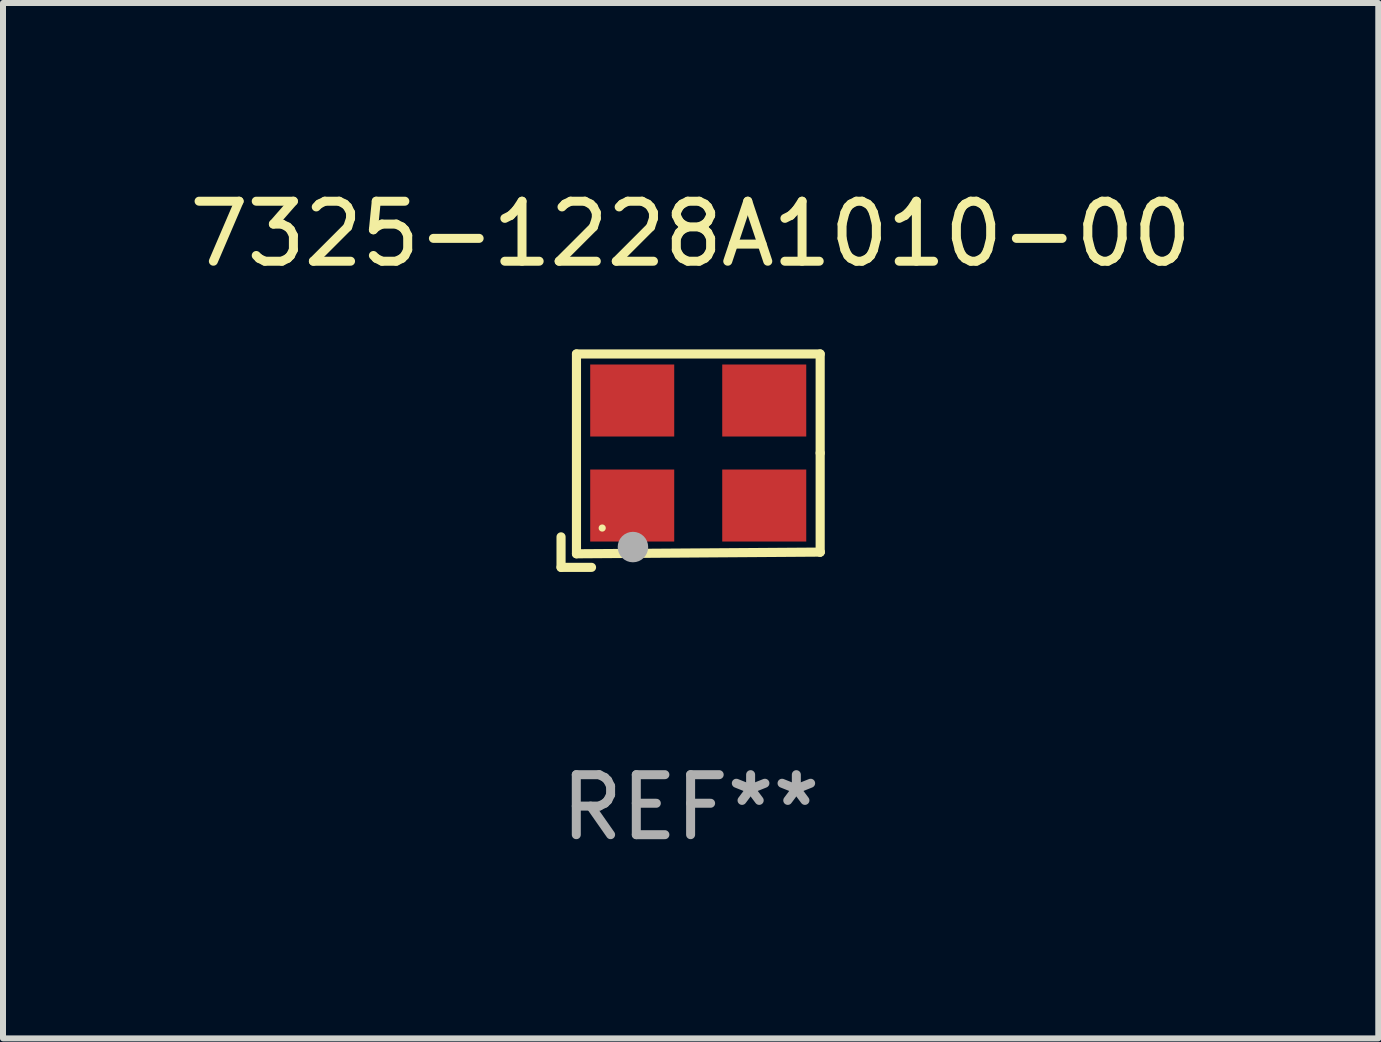
<source format=kicad_pcb>
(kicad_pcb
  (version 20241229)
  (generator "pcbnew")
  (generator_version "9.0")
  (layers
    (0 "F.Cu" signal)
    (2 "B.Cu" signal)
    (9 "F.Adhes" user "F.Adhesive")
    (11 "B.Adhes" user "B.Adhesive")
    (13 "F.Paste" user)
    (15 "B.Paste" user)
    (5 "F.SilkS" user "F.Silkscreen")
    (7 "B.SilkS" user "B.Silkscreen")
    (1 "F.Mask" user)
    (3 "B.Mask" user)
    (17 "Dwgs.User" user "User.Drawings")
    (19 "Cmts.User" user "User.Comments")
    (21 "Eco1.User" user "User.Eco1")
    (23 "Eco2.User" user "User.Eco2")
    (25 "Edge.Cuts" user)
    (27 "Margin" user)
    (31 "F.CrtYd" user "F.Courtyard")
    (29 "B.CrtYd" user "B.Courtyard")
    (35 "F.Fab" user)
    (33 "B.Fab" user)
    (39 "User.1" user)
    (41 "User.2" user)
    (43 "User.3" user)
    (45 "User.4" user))
  (footprint "7325-1228A1010-00"
    (layer "F.Cu")
    (at 8.458 4.626)
    (property "Reference" "7325-1228A1010-00" (at 0 -3.778 0) (layer "F.SilkS") (effects (font (size 1 1) (thickness 0.15))))
    (attr through_hole)
    (fp_line (start -2.159 1.27) (end -2.159 1.778) (stroke (width 0.152) (type solid)) (layer "F.SilkS"))
    (fp_line (start -2.159 1.778) (end -1.651 1.778) (stroke (width 0.152) (type solid)) (layer "F.SilkS"))
    (fp_line (start -1.902 -1.778) (end 2.159 -1.778) (stroke (width 0.152) (type solid)) (layer "F.SilkS"))
    (fp_line (start -1.902 1.552) (end -1.902 -1.778) (stroke (width 0.152) (type solid)) (layer "F.SilkS"))
    (fp_line (start 2.159 -1.778) (end 2.159 -0.127) (stroke (width 0.152) (type solid)) (layer "F.SilkS"))
    (fp_line (start 2.159 -0.127) (end 2.159 1.524) (stroke (width 0.152) (type solid)) (layer "F.SilkS"))
    (fp_line (start 2.159 1.524) (end -1.902 1.552) (stroke (width 0.152) (type solid)) (layer "F.SilkS"))
    (fp_line (start 2.159 1.524) (end 2.159 1.524) (stroke (width 0.152) (type solid)) (layer "F.SilkS"))
    (fp_circle (center -1.473 1.123) (end -1.443 1.123) (stroke (width 0.06) (type solid)) (fill no) (layer "F.SilkS"))
    (fp_circle (center -0.961 1.44) (end -0.834 1.44) (stroke (width 0.254) (type solid)) (fill no) (layer "F.Fab"))
    (fp_text user "REF**" (at 0 5.778 0) (layer "F.Fab") (effects (font (size 1 1) (thickness 0.15))))
    (pad "1" smd rect (at -0.973 0.748) (size 1.4 1.2) (layers "F.Cu" "F.Mask" "F.Paste"))
    (pad "2" smd rect (at 1.227 0.748) (size 1.4 1.2) (layers "F.Cu" "F.Mask" "F.Paste"))
    (pad "3" smd rect (at 1.227 -1.002) (size 1.4 1.2) (layers "F.Cu" "F.Mask" "F.Paste"))
    (pad "4" smd rect (at -0.973 -1.002) (size 1.4 1.2) (layers "F.Cu" "F.Mask" "F.Paste")))
  (gr_rect
    (start -3 -3)
    (end 19.917 14.253)
    (stroke (width 0.1) (type default))
    (fill no)
    (layer "Edge.Cuts")))
</source>
